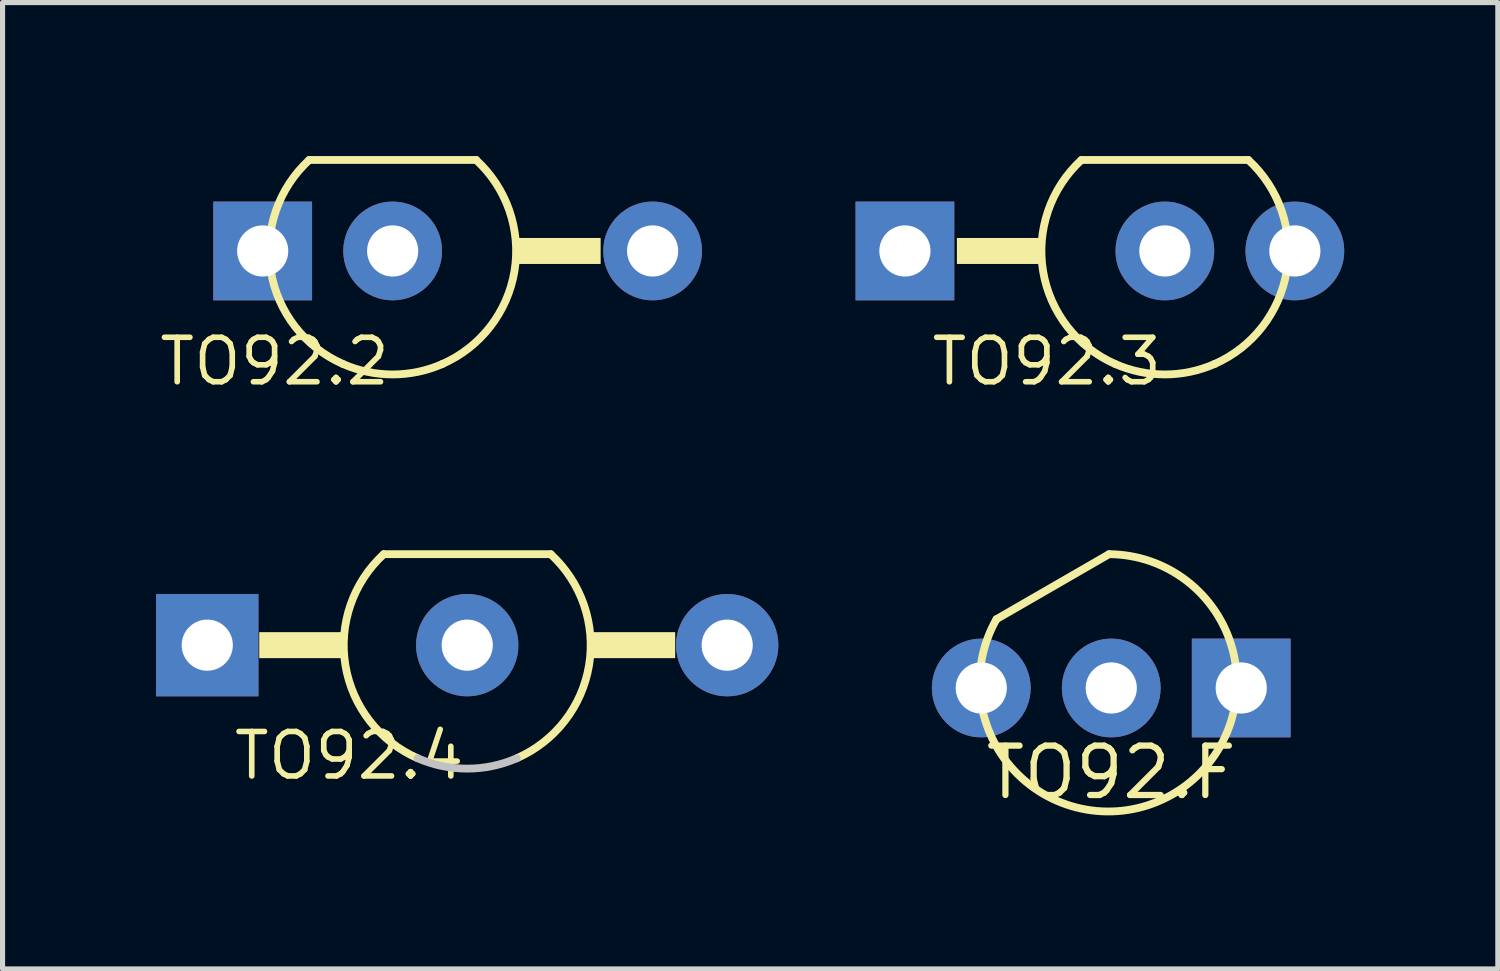
<source format=kicad_pcb>
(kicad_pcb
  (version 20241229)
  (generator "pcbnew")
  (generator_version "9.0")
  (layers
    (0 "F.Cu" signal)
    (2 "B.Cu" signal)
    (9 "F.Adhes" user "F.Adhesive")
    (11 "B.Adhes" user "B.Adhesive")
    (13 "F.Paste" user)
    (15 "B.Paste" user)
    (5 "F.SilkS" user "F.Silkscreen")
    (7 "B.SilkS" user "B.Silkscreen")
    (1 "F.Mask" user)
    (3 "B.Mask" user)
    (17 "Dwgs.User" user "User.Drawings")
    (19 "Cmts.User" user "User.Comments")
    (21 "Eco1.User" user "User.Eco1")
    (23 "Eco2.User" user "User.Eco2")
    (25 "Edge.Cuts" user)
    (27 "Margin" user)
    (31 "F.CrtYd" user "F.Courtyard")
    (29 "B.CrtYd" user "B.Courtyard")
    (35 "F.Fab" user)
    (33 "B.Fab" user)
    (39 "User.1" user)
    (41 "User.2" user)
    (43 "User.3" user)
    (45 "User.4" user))
  (footprint "TO92.F"
    (layer "F.Cu")
    (at 18.665 10.394)
    (property "Reference" "TO92.F" (at 0 1.651 0) (layer "F.SilkS") (effects (font (size 0.965 0.965) (thickness 0.122))))
    (attr through_hole)
    (fp_line (start -0.043 -2.615) (end -2.243 -1.345) (stroke (width 0.152) (type solid)) (layer "F.SilkS"))
    (fp_arc (start -0.0431 -2.6147) (mid 1.198919 2.076525) (end -2.2428 -1.344699) (stroke (width 0.1524) (type solid)) (layer "F.SilkS"))
    (pad "1" thru_hole rect (at 2.54 0) (size 1.93 1.93) (drill 1) (layers "*.Cu" "*.Mask"))
    (pad "2" thru_hole oval (at 0 0) (size 1.93 1.93) (drill 1) (layers "*.Cu" "*.Mask"))
    (pad "3" thru_hole oval (at -2.54 0) (size 1.93 1.93) (drill 1) (layers "*.Cu" "*.Mask")))
  (footprint "TO92.2"
    (layer "F.Cu")
    (at 4.623 1.854)
    (property "Reference" "TO92.2" (at 0 1.651 0) (layer "F.SilkS") (effects (font (size 0.869 0.869) (thickness 0.11)) (justify right top)))
    (attr through_hole)
    (fp_line (start 1.631 -1.778) (end -1.631 -1.778) (stroke (width 0.152) (type solid)) (layer "F.SilkS"))
    (fp_arc (start -0.9689 2.2098) (mid -2.380097 0.395238) (end -1.631001 -1.778001) (stroke (width 0.1524) (type solid)) (layer "F.SilkS"))
    (fp_arc (start 0.9692 2.2098) (mid 0 2.412999) (end -0.9692 2.2098) (stroke (width 0.1524) (type solid)) (layer "F.SilkS"))
    (fp_arc (start 1.631 -1.778) (mid 2.380096 0.395238) (end 0.968899 2.209799) (stroke (width 0.1524) (type solid)) (layer "F.SilkS"))
    (fp_poly (pts (xy 2.413 0.254) (xy 4.064 0.254) (xy 4.064 -0.254) (xy 2.413 -0.254)) (stroke (width 0) (type solid)) (fill yes) (layer "F.SilkS"))
    (pad "1" thru_hole rect (at -2.54 0 180) (size 1.93 1.93) (drill 1) (layers "*.Cu" "*.Mask"))
    (pad "2" thru_hole oval (at 0 0 180) (size 1.93 1.93) (drill 1) (layers "*.Cu" "*.Mask"))
    (pad "3" thru_hole oval (at 5.08 0 180) (size 1.93 1.93) (drill 1) (layers "*.Cu" "*.Mask")))
  (footprint "TO92.4"
    (layer "F.Cu")
    (at 6.08 9.557)
    (property "Reference" "TO92.4" (at 0 1.651 0) (layer "F.SilkS") (effects (font (size 0.869 0.869) (thickness 0.11)) (justify right top)))
    (attr through_hole)
    (fp_line (start 1.631 -1.778) (end -1.631 -1.778) (stroke (width 0.152) (type solid)) (layer "F.SilkS"))
    (fp_arc (start -0.9689 2.2098) (mid -2.380097 0.395238) (end -1.631001 -1.778001) (stroke (width 0.1524) (type solid)) (layer "F.SilkS"))
    (fp_arc (start 1.631 -1.778) (mid 2.380096 0.395238) (end 0.968899 2.209799) (stroke (width 0.1524) (type solid)) (layer "F.SilkS"))
    (fp_poly (pts (xy -4.064 0.254) (xy -2.413 0.254) (xy -2.413 -0.254) (xy -4.064 -0.254)) (stroke (width 0) (type solid)) (fill yes) (layer "F.SilkS"))
    (fp_poly (pts (xy 2.413 0.254) (xy 4.064 0.254) (xy 4.064 -0.254) (xy 2.413 -0.254)) (stroke (width 0) (type solid)) (fill yes) (layer "F.SilkS"))
    (fp_arc (start 0.9692 2.2098) (mid 0 2.412999) (end -0.9692 2.2098) (stroke (width 0.1524) (type solid)) (layer "Dwgs.User"))
    (pad "1" thru_hole rect (at -5.08 0 180) (size 2 2) (drill 1) (layers "*.Cu" "*.Mask"))
    (pad "2" thru_hole oval (at 0 0 180) (size 2 2) (drill 1) (layers "*.Cu" "*.Mask"))
    (pad "3" thru_hole oval (at 5.08 0 180) (size 2 2) (drill 1) (layers "*.Cu" "*.Mask")))
  (footprint "TO92.3"
    (layer "F.Cu")
    (at 19.713 1.854)
    (property "Reference" "TO92.3" (at 0 1.651 0) (layer "F.SilkS") (effects (font (size 0.869 0.869) (thickness 0.11)) (justify right top)))
    (attr through_hole)
    (fp_line (start 1.631 -1.778) (end -1.631 -1.778) (stroke (width 0.152) (type solid)) (layer "F.SilkS"))
    (fp_arc (start -0.9689 2.2098) (mid -2.380097 0.395238) (end -1.631001 -1.778001) (stroke (width 0.1524) (type solid)) (layer "F.SilkS"))
    (fp_arc (start 0.9692 2.2098) (mid 0 2.412999) (end -0.9692 2.2098) (stroke (width 0.1524) (type solid)) (layer "F.SilkS"))
    (fp_arc (start 1.631 -1.778) (mid 2.380096 0.395238) (end 0.968899 2.209799) (stroke (width 0.1524) (type solid)) (layer "F.SilkS"))
    (fp_poly (pts (xy -4.064 0.254) (xy -2.413 0.254) (xy -2.413 -0.254) (xy -4.064 -0.254)) (stroke (width 0) (type solid)) (fill yes) (layer "F.SilkS"))
    (pad "1" thru_hole rect (at -5.08 0 180) (size 1.93 1.93) (drill 1) (layers "*.Cu" "*.Mask"))
    (pad "2" thru_hole oval (at 0 0 180) (size 1.93 1.93) (drill 1) (layers "*.Cu" "*.Mask"))
    (pad "3" thru_hole oval (at 2.54 0 180) (size 1.93 1.93) (drill 1) (layers "*.Cu" "*.Mask")))
  (gr_rect
    (start -3 -3)
    (end 26.219 15.884)
    (stroke (width 0.1) (type default))
    (fill no)
    (layer "Edge.Cuts")))
</source>
